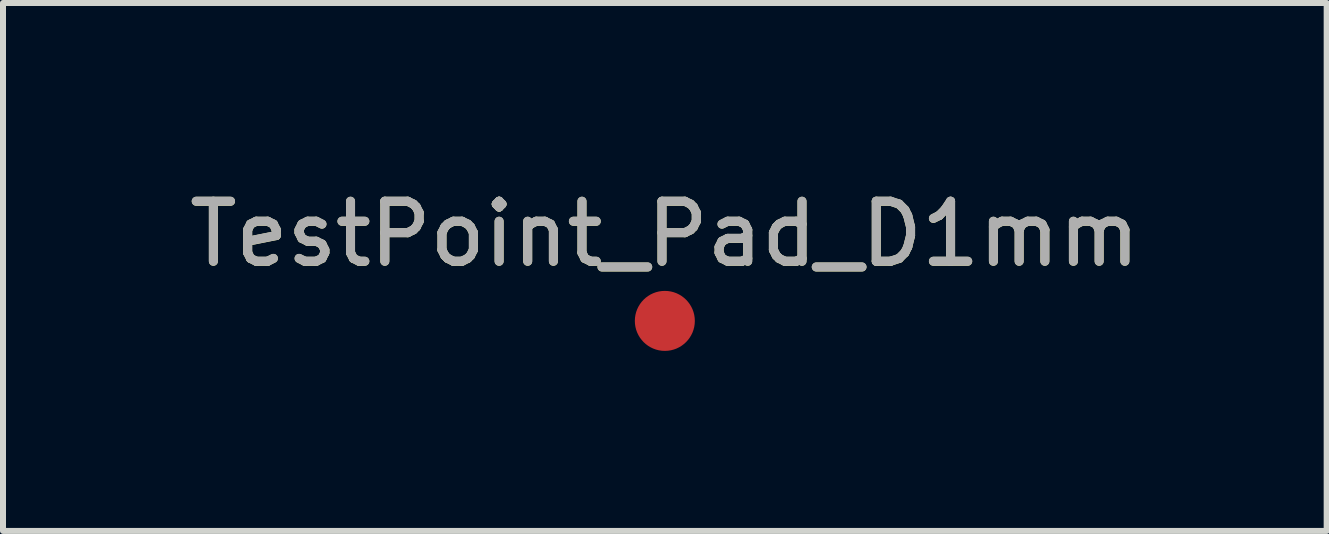
<source format=kicad_pcb>
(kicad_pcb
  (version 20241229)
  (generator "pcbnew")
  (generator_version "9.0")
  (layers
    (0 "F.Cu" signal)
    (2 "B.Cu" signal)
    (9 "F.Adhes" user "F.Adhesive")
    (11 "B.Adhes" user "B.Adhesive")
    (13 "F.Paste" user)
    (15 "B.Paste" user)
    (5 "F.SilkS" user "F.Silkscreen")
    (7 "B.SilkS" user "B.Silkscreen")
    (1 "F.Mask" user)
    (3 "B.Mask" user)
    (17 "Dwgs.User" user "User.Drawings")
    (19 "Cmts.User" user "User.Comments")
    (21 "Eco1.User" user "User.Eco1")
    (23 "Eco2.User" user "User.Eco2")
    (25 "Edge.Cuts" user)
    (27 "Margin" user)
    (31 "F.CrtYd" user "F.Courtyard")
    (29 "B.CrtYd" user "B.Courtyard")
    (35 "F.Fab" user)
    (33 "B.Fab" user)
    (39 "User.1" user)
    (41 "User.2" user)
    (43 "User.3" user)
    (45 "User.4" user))
  (footprint "TestPoint_Pad_D1mm"
    (layer "F.Cu")
    (at 8.03 2.298)
    (property "Reference" "TestPoint_Pad_D1mm" (at 0 -1.448 0) (layer "F.SilkS") (effects (font (size 1 1) (thickness 0.15))))
    (attr exclude_from_pos_files exclude_from_bom)
    (fp_text user "${REFERENCE}" (at 0 -1.45 0) (layer "F.Fab") (effects (font (size 1 1) (thickness 0.15))))
    (pad "1" smd circle (at 0 0) (size 1 1) (layers "F.Cu" "F.Mask")))
  (gr_rect
    (start -3 -3)
    (end 19.06 5.798)
    (stroke (width 0.1) (type default))
    (fill no)
    (layer "Edge.Cuts")))
</source>
